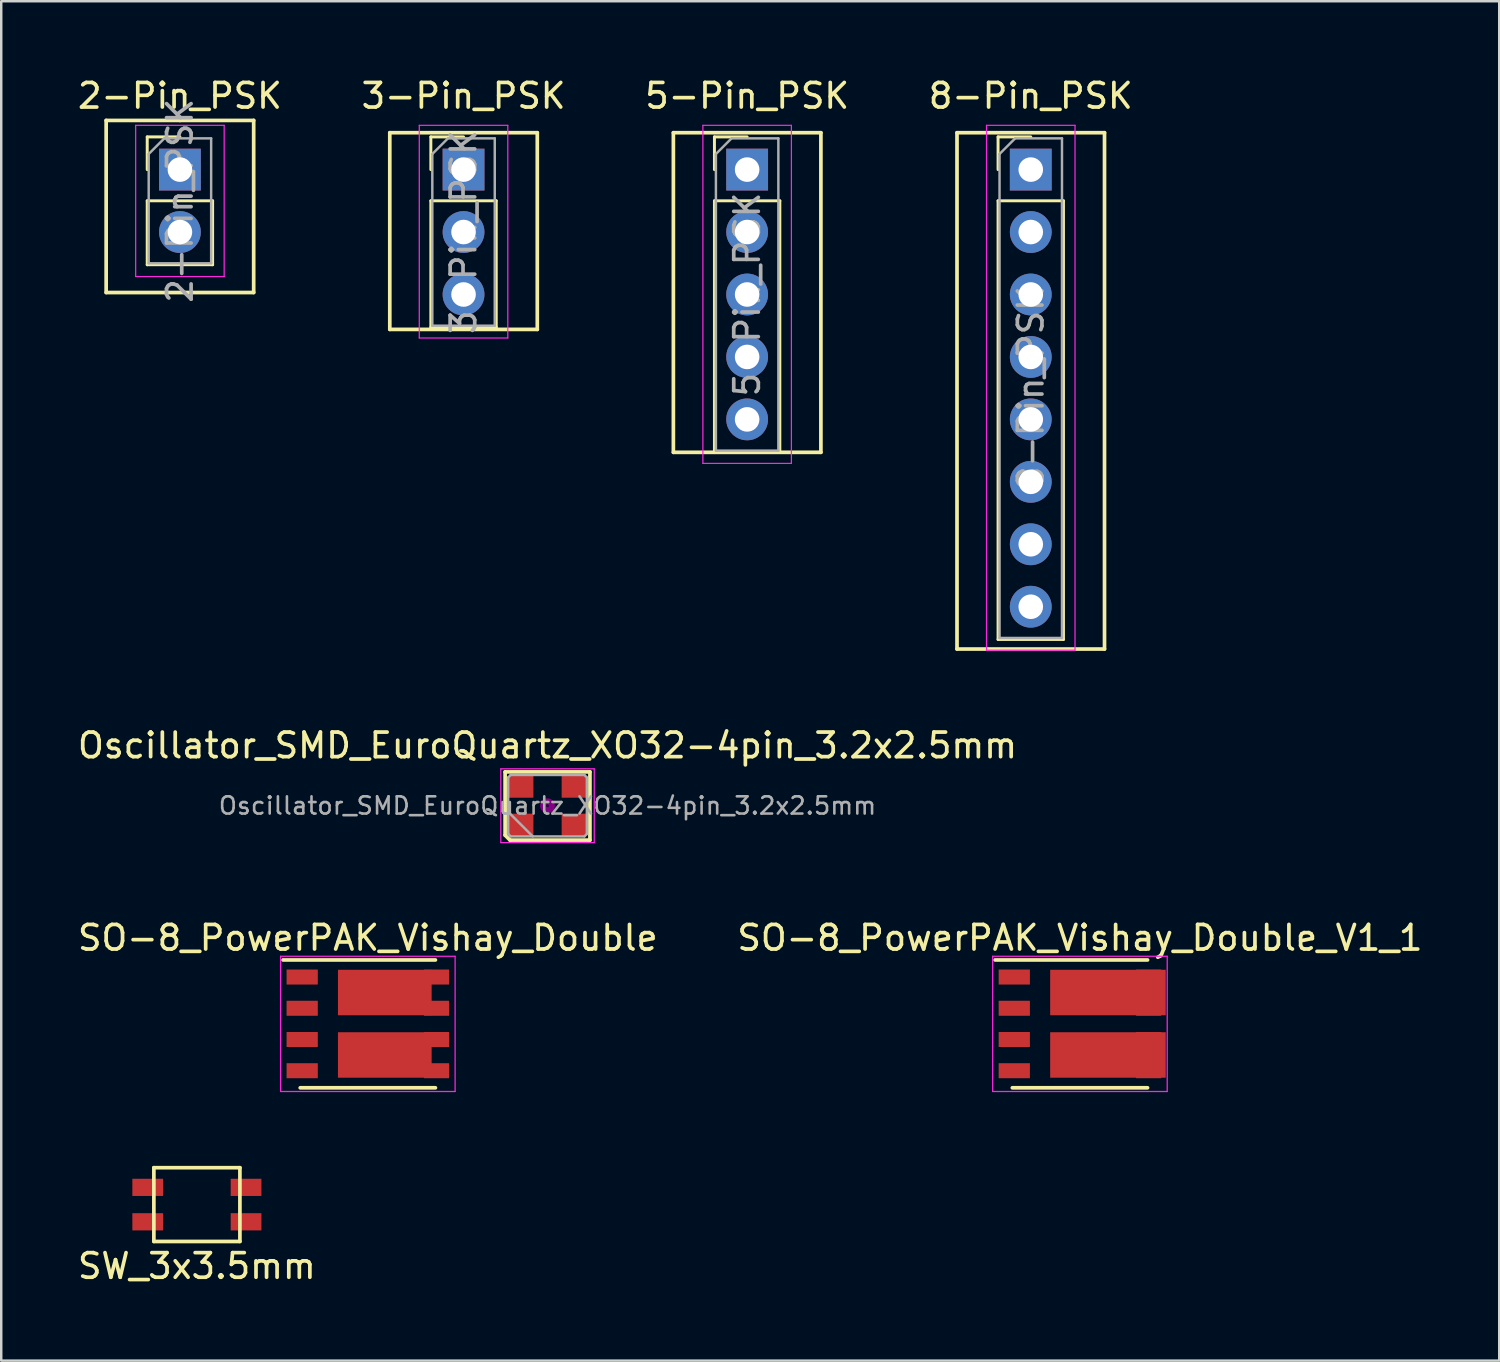
<source format=kicad_pcb>
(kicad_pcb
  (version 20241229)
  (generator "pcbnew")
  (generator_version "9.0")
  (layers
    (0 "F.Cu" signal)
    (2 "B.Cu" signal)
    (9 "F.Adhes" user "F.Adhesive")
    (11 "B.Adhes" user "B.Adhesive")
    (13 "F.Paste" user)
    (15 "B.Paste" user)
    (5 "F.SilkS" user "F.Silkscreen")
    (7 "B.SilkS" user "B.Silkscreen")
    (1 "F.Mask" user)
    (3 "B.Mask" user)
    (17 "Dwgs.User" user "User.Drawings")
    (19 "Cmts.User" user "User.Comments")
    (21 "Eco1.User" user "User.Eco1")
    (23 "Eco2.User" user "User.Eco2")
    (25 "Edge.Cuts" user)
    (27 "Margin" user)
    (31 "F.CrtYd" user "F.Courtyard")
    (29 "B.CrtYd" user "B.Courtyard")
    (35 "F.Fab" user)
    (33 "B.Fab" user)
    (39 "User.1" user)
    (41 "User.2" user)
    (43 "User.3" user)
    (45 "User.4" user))
  (footprint "5-Pin_PSK"
    (layer "F.Cu")
    (at 27.339 3.848)
    (property "Reference" "5-Pin_PSK" (at 0 -3 0) (layer "F.SilkS") (effects (font (size 1 1) (thickness 0.15))))
    (attr through_hole)
    (fp_line (start -3 -1.5) (end -3 11.5) (stroke (width 0.15) (type solid)) (layer "F.SilkS"))
    (fp_line (start -3 11.5) (end 3 11.5) (stroke (width 0.15) (type solid)) (layer "F.SilkS"))
    (fp_line (start -1.33 -1.33) (end 0 -1.33) (stroke (width 0.12) (type solid)) (layer "F.SilkS"))
    (fp_line (start -1.33 0) (end -1.33 -1.33) (stroke (width 0.12) (type solid)) (layer "F.SilkS"))
    (fp_line (start -1.33 1.27) (end -1.33 11.49) (stroke (width 0.12) (type solid)) (layer "F.SilkS"))
    (fp_line (start -1.33 1.27) (end 1.33 1.27) (stroke (width 0.12) (type solid)) (layer "F.SilkS"))
    (fp_line (start -1.33 11.49) (end 1.33 11.49) (stroke (width 0.12) (type solid)) (layer "F.SilkS"))
    (fp_line (start 1.33 1.27) (end 1.33 11.49) (stroke (width 0.12) (type solid)) (layer "F.SilkS"))
    (fp_line (start 3 -1.5) (end -3 -1.5) (stroke (width 0.15) (type solid)) (layer "F.SilkS"))
    (fp_line (start 3 11.5) (end 3 -1.5) (stroke (width 0.15) (type solid)) (layer "F.SilkS"))
    (fp_line (start -1.8 -1.8) (end -1.8 11.95) (stroke (width 0.05) (type solid)) (layer "F.CrtYd"))
    (fp_line (start -1.8 11.95) (end 1.8 11.95) (stroke (width 0.05) (type solid)) (layer "F.CrtYd"))
    (fp_line (start 1.8 -1.8) (end -1.8 -1.8) (stroke (width 0.05) (type solid)) (layer "F.CrtYd"))
    (fp_line (start 1.8 11.95) (end 1.8 -1.8) (stroke (width 0.05) (type solid)) (layer "F.CrtYd"))
    (fp_line (start -1.27 -0.635) (end -0.635 -1.27) (stroke (width 0.1) (type solid)) (layer "F.Fab"))
    (fp_line (start -1.27 11.43) (end -1.27 -0.635) (stroke (width 0.1) (type solid)) (layer "F.Fab"))
    (fp_line (start -0.635 -1.27) (end 1.27 -1.27) (stroke (width 0.1) (type solid)) (layer "F.Fab"))
    (fp_line (start 1.27 -1.27) (end 1.27 11.43) (stroke (width 0.1) (type solid)) (layer "F.Fab"))
    (fp_line (start 1.27 11.43) (end -1.27 11.43) (stroke (width 0.1) (type solid)) (layer "F.Fab"))
    (fp_text user "${REFERENCE}" (at 0 5.08 90) (layer "F.Fab") (effects (font (size 1 1) (thickness 0.15))))
    (pad "1" thru_hole rect (at 0 0) (size 1.7 1.7) (drill 1) (layers "*.Cu" "*.Mask"))
    (pad "2" thru_hole oval (at 0 2.54) (size 1.7 1.7) (drill 1) (layers "*.Cu" "*.Mask"))
    (pad "3" thru_hole oval (at 0 5.08) (size 1.7 1.7) (drill 1) (layers "*.Cu" "*.Mask"))
    (pad "4" thru_hole oval (at 0 7.62) (size 1.7 1.7) (drill 1) (layers "*.Cu" "*.Mask"))
    (pad "5" thru_hole oval (at 0 10.16) (size 1.7 1.7) (drill 1) (layers "*.Cu" "*.Mask")))
  (footprint "SO-8_PowerPAK_Vishay_Double"
    (layer "F.Cu")
    (at 11.911 38.595)
    (property "Reference" "SO-8_PowerPAK_Vishay_Double" (at 0 -3.5 0) (layer "F.SilkS") (effects (font (size 1 1) (thickness 0.15))))
    (attr smd)
    (fp_line (start -3.45 -2.6) (end 2.75 -2.6) (stroke (width 0.15) (type solid)) (layer "F.SilkS"))
    (fp_line (start -2.75 2.6) (end 2.75 2.6) (stroke (width 0.15) (type solid)) (layer "F.SilkS"))
    (fp_line (start -3.55 -2.75) (end -3.55 2.75) (stroke (width 0.05) (type solid)) (layer "F.CrtYd"))
    (fp_line (start -3.55 -2.75) (end 3.55 -2.75) (stroke (width 0.05) (type solid)) (layer "F.CrtYd"))
    (fp_line (start -3.55 2.75) (end 3.55 2.75) (stroke (width 0.05) (type solid)) (layer "F.CrtYd"))
    (fp_line (start 3.55 -2.75) (end 3.55 2.75) (stroke (width 0.05) (type solid)) (layer "F.CrtYd"))
    (pad "1" smd rect (at -2.67 -1.905) (size 1.27 0.61) (layers "F.Cu" "F.Mask" "F.Paste"))
    (pad "2" smd rect (at -2.67 -0.635) (size 1.27 0.61) (layers "F.Cu" "F.Mask" "F.Paste"))
    (pad "3" smd rect (at -2.67 0.635) (size 1.27 0.61) (layers "F.Cu" "F.Mask" "F.Paste"))
    (pad "4" smd rect (at -2.67 1.905) (size 1.27 0.61) (layers "F.Cu" "F.Mask" "F.Paste"))
    (pad "5" smd rect (at 0.69 1.265) (size 3.81 1.85) (layers "F.Cu" "F.Mask" "F.Paste"))
    (pad "5" smd rect (at 2.795 0.635) (size 1.02 0.61) (layers "F.Cu" "F.Mask" "F.Paste"))
    (pad "6" smd rect (at 2.795 1.905) (size 1.02 0.61) (layers "F.Cu" "F.Mask" "F.Paste"))
    (pad "7" smd rect (at 2.795 -0.635) (size 1.02 0.61) (layers "F.Cu" "F.Mask" "F.Paste"))
    (pad "8" smd rect (at 0.69 -1.275) (size 3.81 1.85) (layers "F.Cu" "F.Mask" "F.Paste"))
    (pad "8" smd rect (at 2.795 -1.905) (size 1.02 0.61) (layers "F.Cu" "F.Mask" "F.Paste")))
  (footprint "3-Pin_PSK"
    (layer "F.Cu")
    (at 15.804 3.848)
    (property "Reference" "3-Pin_PSK" (at 0 -3 0) (layer "F.SilkS") (effects (font (size 1 1) (thickness 0.15))))
    (attr through_hole)
    (fp_line (start -3 -1.5) (end -3 6.5) (stroke (width 0.15) (type solid)) (layer "F.SilkS"))
    (fp_line (start -3 -1.5) (end 3 -1.5) (stroke (width 0.15) (type solid)) (layer "F.SilkS"))
    (fp_line (start -1.33 -1.33) (end 0 -1.33) (stroke (width 0.12) (type solid)) (layer "F.SilkS"))
    (fp_line (start -1.33 0) (end -1.33 -1.33) (stroke (width 0.12) (type solid)) (layer "F.SilkS"))
    (fp_line (start -1.33 1.27) (end -1.33 6.41) (stroke (width 0.12) (type solid)) (layer "F.SilkS"))
    (fp_line (start -1.33 1.27) (end 1.33 1.27) (stroke (width 0.12) (type solid)) (layer "F.SilkS"))
    (fp_line (start -1.33 6.41) (end 1.33 6.41) (stroke (width 0.12) (type solid)) (layer "F.SilkS"))
    (fp_line (start 1.33 1.27) (end 1.33 6.41) (stroke (width 0.12) (type solid)) (layer "F.SilkS"))
    (fp_line (start 3 -1.5) (end 3 6.5) (stroke (width 0.15) (type solid)) (layer "F.SilkS"))
    (fp_line (start 3 6.5) (end -3 6.5) (stroke (width 0.15) (type solid)) (layer "F.SilkS"))
    (fp_line (start -1.8 -1.8) (end -1.8 6.85) (stroke (width 0.05) (type solid)) (layer "F.CrtYd"))
    (fp_line (start -1.8 6.85) (end 1.8 6.85) (stroke (width 0.05) (type solid)) (layer "F.CrtYd"))
    (fp_line (start 1.8 -1.8) (end -1.8 -1.8) (stroke (width 0.05) (type solid)) (layer "F.CrtYd"))
    (fp_line (start 1.8 6.85) (end 1.8 -1.8) (stroke (width 0.05) (type solid)) (layer "F.CrtYd"))
    (fp_line (start -1.27 -0.635) (end -0.635 -1.27) (stroke (width 0.1) (type solid)) (layer "F.Fab"))
    (fp_line (start -1.27 6.35) (end -1.27 -0.635) (stroke (width 0.1) (type solid)) (layer "F.Fab"))
    (fp_line (start -0.635 -1.27) (end 1.27 -1.27) (stroke (width 0.1) (type solid)) (layer "F.Fab"))
    (fp_line (start 1.27 -1.27) (end 1.27 6.35) (stroke (width 0.1) (type solid)) (layer "F.Fab"))
    (fp_line (start 1.27 6.35) (end -1.27 6.35) (stroke (width 0.1) (type solid)) (layer "F.Fab"))
    (fp_text user "${REFERENCE}" (at 0 2.54 90) (layer "F.Fab") (effects (font (size 1 1) (thickness 0.15))))
    (pad "1" thru_hole rect (at 0 0) (size 1.7 1.7) (drill 1) (layers "*.Cu" "*.Mask"))
    (pad "2" thru_hole oval (at 0 2.54) (size 1.7 1.7) (drill 1) (layers "*.Cu" "*.Mask"))
    (pad "3" thru_hole oval (at 0 5.08) (size 1.7 1.7) (drill 1) (layers "*.Cu" "*.Mask")))
  (footprint "8-Pin_PSK"
    (layer "F.Cu")
    (at 38.875 3.848)
    (property "Reference" "8-Pin_PSK" (at 0 -3 0) (layer "F.SilkS") (effects (font (size 1 1) (thickness 0.15))))
    (attr through_hole)
    (fp_line (start -3 -1.5) (end -3 19.5) (stroke (width 0.15) (type solid)) (layer "F.SilkS"))
    (fp_line (start -3 19.5) (end 3 19.5) (stroke (width 0.15) (type solid)) (layer "F.SilkS"))
    (fp_line (start -1.33 -1.33) (end 0 -1.33) (stroke (width 0.12) (type solid)) (layer "F.SilkS"))
    (fp_line (start -1.33 0) (end -1.33 -1.33) (stroke (width 0.12) (type solid)) (layer "F.SilkS"))
    (fp_line (start -1.33 1.27) (end -1.33 19.11) (stroke (width 0.12) (type solid)) (layer "F.SilkS"))
    (fp_line (start -1.33 1.27) (end 1.33 1.27) (stroke (width 0.12) (type solid)) (layer "F.SilkS"))
    (fp_line (start -1.33 19.11) (end 1.33 19.11) (stroke (width 0.12) (type solid)) (layer "F.SilkS"))
    (fp_line (start 1.33 1.27) (end 1.33 19.11) (stroke (width 0.12) (type solid)) (layer "F.SilkS"))
    (fp_line (start 3 -1.5) (end -3 -1.5) (stroke (width 0.15) (type solid)) (layer "F.SilkS"))
    (fp_line (start 3 19.5) (end 3 -1.5) (stroke (width 0.15) (type solid)) (layer "F.SilkS"))
    (fp_line (start -1.8 -1.8) (end -1.8 19.55) (stroke (width 0.05) (type solid)) (layer "F.CrtYd"))
    (fp_line (start -1.8 19.55) (end 1.8 19.55) (stroke (width 0.05) (type solid)) (layer "F.CrtYd"))
    (fp_line (start 1.8 -1.8) (end -1.8 -1.8) (stroke (width 0.05) (type solid)) (layer "F.CrtYd"))
    (fp_line (start 1.8 19.55) (end 1.8 -1.8) (stroke (width 0.05) (type solid)) (layer "F.CrtYd"))
    (fp_line (start -1.27 -0.635) (end -0.635 -1.27) (stroke (width 0.1) (type solid)) (layer "F.Fab"))
    (fp_line (start -1.27 19.05) (end -1.27 -0.635) (stroke (width 0.1) (type solid)) (layer "F.Fab"))
    (fp_line (start -0.635 -1.27) (end 1.27 -1.27) (stroke (width 0.1) (type solid)) (layer "F.Fab"))
    (fp_line (start 1.27 -1.27) (end 1.27 19.05) (stroke (width 0.1) (type solid)) (layer "F.Fab"))
    (fp_line (start 1.27 19.05) (end -1.27 19.05) (stroke (width 0.1) (type solid)) (layer "F.Fab"))
    (fp_text user "${REFERENCE}" (at 0 8.89 90) (layer "F.Fab") (effects (font (size 1 1) (thickness 0.15))))
    (pad "1" thru_hole rect (at 0 0) (size 1.7 1.7) (drill 1) (layers "*.Cu" "*.Mask"))
    (pad "2" thru_hole oval (at 0 2.54) (size 1.7 1.7) (drill 1) (layers "*.Cu" "*.Mask"))
    (pad "3" thru_hole oval (at 0 5.08) (size 1.7 1.7) (drill 1) (layers "*.Cu" "*.Mask"))
    (pad "4" thru_hole oval (at 0 7.62) (size 1.7 1.7) (drill 1) (layers "*.Cu" "*.Mask"))
    (pad "5" thru_hole oval (at 0 10.16) (size 1.7 1.7) (drill 1) (layers "*.Cu" "*.Mask"))
    (pad "6" thru_hole oval (at 0 12.7) (size 1.7 1.7) (drill 1) (layers "*.Cu" "*.Mask"))
    (pad "7" thru_hole oval (at 0 15.24) (size 1.7 1.7) (drill 1) (layers "*.Cu" "*.Mask"))
    (pad "8" thru_hole oval (at 0 17.78) (size 1.7 1.7) (drill 1) (layers "*.Cu" "*.Mask")))
  (footprint "Oscillator_SMD_EuroQuartz_XO32-4pin_3.2x2.5mm"
    (layer "F.Cu")
    (at 19.22 29.721)
    (property "Reference" "Oscillator_SMD_EuroQuartz_XO32-4pin_3.2x2.5mm" (at 0 -2.45 0) (layer "F.SilkS") (effects (font (size 1 1) (thickness 0.15))))
    (attr smd)
    (fp_line (start -1.725 -1.375) (end -1.725 1.2) (stroke (width 0.15) (type solid)) (layer "F.SilkS"))
    (fp_line (start -1.725 1.2) (end -1.525 1.4) (stroke (width 0.15) (type solid)) (layer "F.SilkS"))
    (fp_line (start -1.525 1.4) (end 1.725 1.4) (stroke (width 0.15) (type solid)) (layer "F.SilkS"))
    (fp_line (start 1.725 -1.375) (end -1.725 -1.375) (stroke (width 0.15) (type solid)) (layer "F.SilkS"))
    (fp_line (start 1.725 1.4) (end 1.725 -1.375) (stroke (width 0.15) (type solid)) (layer "F.SilkS"))
    (fp_circle (center 0 0) (end 0.058 0) (stroke (width 0.117) (type solid)) (fill no) (layer "F.Adhes"))
    (fp_circle (center 0 0) (end 0.133 0) (stroke (width 0.083) (type solid)) (fill no) (layer "F.Adhes"))
    (fp_circle (center 0 0) (end 0.208 0) (stroke (width 0.083) (type solid)) (fill no) (layer "F.Adhes"))
    (fp_circle (center 0 0) (end 0.25 0) (stroke (width 0.1) (type solid)) (fill no) (layer "F.Adhes"))
    (fp_line (start -1.9 -1.5) (end -1.9 1.5) (stroke (width 0.05) (type solid)) (layer "F.CrtYd"))
    (fp_line (start -1.9 1.5) (end 1.9 1.5) (stroke (width 0.05) (type solid)) (layer "F.CrtYd"))
    (fp_line (start 1.9 -1.5) (end -1.9 -1.5) (stroke (width 0.05) (type solid)) (layer "F.CrtYd"))
    (fp_line (start 1.9 1.5) (end 1.9 -1.5) (stroke (width 0.05) (type solid)) (layer "F.CrtYd"))
    (fp_line (start -1.6 -1.15) (end -1.5 -1.25) (stroke (width 0.1) (type solid)) (layer "F.Fab"))
    (fp_line (start -1.6 0.25) (end -0.6 1.25) (stroke (width 0.1) (type solid)) (layer "F.Fab"))
    (fp_line (start -1.6 1.15) (end -1.6 -1.15) (stroke (width 0.1) (type solid)) (layer "F.Fab"))
    (fp_line (start -1.5 -1.25) (end 1.5 -1.25) (stroke (width 0.1) (type solid)) (layer "F.Fab"))
    (fp_line (start -1.5 1.25) (end -1.6 1.15) (stroke (width 0.1) (type solid)) (layer "F.Fab"))
    (fp_line (start 1.5 -1.25) (end 1.6 -1.15) (stroke (width 0.1) (type solid)) (layer "F.Fab"))
    (fp_line (start 1.5 1.25) (end -1.5 1.25) (stroke (width 0.1) (type solid)) (layer "F.Fab"))
    (fp_line (start 1.6 -1.15) (end 1.6 1.15) (stroke (width 0.1) (type solid)) (layer "F.Fab"))
    (fp_line (start 1.6 1.15) (end 1.5 1.25) (stroke (width 0.1) (type solid)) (layer "F.Fab"))
    (fp_text user "${REFERENCE}" (at 0 0 0) (layer "F.Fab") (effects (font (size 0.7 0.7) (thickness 0.105))))
    (pad "1" smd rect (at -1.075 0.775) (size 1 0.9) (layers "F.Cu" "F.Mask" "F.Paste"))
    (pad "2" smd rect (at 1.075 0.775) (size 1 0.9) (layers "F.Cu" "F.Mask" "F.Paste"))
    (pad "3" smd rect (at 1.075 -0.775) (size 1 0.9) (layers "F.Cu" "F.Mask" "F.Paste"))
    (pad "4" smd rect (at -1.075 -0.775) (size 1 0.9) (layers "F.Cu" "F.Mask" "F.Paste")))
  (footprint "SW_3x3.5mm"
    (layer "F.Cu")
    (at 4.958 45.945)
    (property "Reference" "SW_3x3.5mm" (at 0 2.5 0) (layer "F.SilkS") (effects (font (size 1 1) (thickness 0.15))))
    (attr through_hole)
    (fp_line (start -1.75 -1.5) (end 1.75 -1.5) (stroke (width 0.15) (type solid)) (layer "F.SilkS"))
    (fp_line (start -1.75 1.5) (end -1.75 -1.5) (stroke (width 0.15) (type solid)) (layer "F.SilkS"))
    (fp_line (start 1.75 -1.5) (end 1.75 1.5) (stroke (width 0.15) (type solid)) (layer "F.SilkS"))
    (fp_line (start 1.75 1.5) (end -1.75 1.5) (stroke (width 0.15) (type solid)) (layer "F.SilkS"))
    (pad "1" smd rect (at -2 -0.7) (size 1.25 0.7) (layers "F.Cu" "F.Mask" "F.Paste"))
    (pad "1" smd rect (at 2 -0.7) (size 1.25 0.7) (layers "F.Cu" "F.Mask" "F.Paste"))
    (pad "2" smd rect (at -2 0.7) (size 1.25 0.7) (layers "F.Cu" "F.Mask" "F.Paste"))
    (pad "2" smd rect (at 2 0.7) (size 1.25 0.7) (layers "F.Cu" "F.Mask" "F.Paste")))
  (footprint "SO-8_PowerPAK_Vishay_Double_V1_1"
    (layer "F.Cu")
    (at 40.875 38.595)
    (property "Reference" "SO-8_PowerPAK_Vishay_Double_V1_1" (at 0 -3.5 0) (layer "F.SilkS") (effects (font (size 1 1) (thickness 0.15))))
    (attr smd)
    (fp_line (start -3.45 -2.6) (end 2.75 -2.6) (stroke (width 0.15) (type solid)) (layer "F.SilkS"))
    (fp_line (start -2.75 2.6) (end 2.75 2.6) (stroke (width 0.15) (type solid)) (layer "F.SilkS"))
    (fp_line (start -3.55 -2.75) (end -3.55 2.75) (stroke (width 0.05) (type solid)) (layer "F.CrtYd"))
    (fp_line (start -3.55 -2.75) (end 3.55 -2.75) (stroke (width 0.05) (type solid)) (layer "F.CrtYd"))
    (fp_line (start -3.55 2.75) (end 3.55 2.75) (stroke (width 0.05) (type solid)) (layer "F.CrtYd"))
    (fp_line (start 3.55 -2.75) (end 3.55 2.75) (stroke (width 0.05) (type solid)) (layer "F.CrtYd"))
    (pad "1" smd rect (at -2.67 -1.905) (size 1.27 0.61) (layers "F.Cu" "F.Mask" "F.Paste"))
    (pad "2" smd rect (at -2.67 -0.635) (size 1.27 0.61) (layers "F.Cu" "F.Mask" "F.Paste"))
    (pad "3" smd rect (at -2.67 0.635) (size 1.27 0.61) (layers "F.Cu" "F.Mask" "F.Paste"))
    (pad "4" smd rect (at -2.67 1.905) (size 1.27 0.61) (layers "F.Cu" "F.Mask" "F.Paste"))
    (pad "5" smd rect (at 1.14 1.265) (size 4.7 1.85) (layers "F.Cu" "F.Mask" "F.Paste"))
    (pad "5" smd rect (at 2.795 0.635) (size 1.02 0.61) (layers "F.Cu" "F.Mask" "F.Paste"))
    (pad "6" smd rect (at 2.795 1.905) (size 1.02 0.61) (layers "F.Cu" "F.Mask" "F.Paste"))
    (pad "7" smd rect (at 2.795 -0.635) (size 1.02 0.61) (layers "F.Cu" "F.Mask" "F.Paste"))
    (pad "8" smd rect (at 1.14 -1.275) (size 4.7 1.85) (layers "F.Cu" "F.Mask" "F.Paste"))
    (pad "8" smd rect (at 2.795 -1.905) (size 1.02 0.61) (layers "F.Cu" "F.Mask" "F.Paste")))
  (footprint "2-Pin_PSK"
    (layer "F.Cu")
    (at 4.268 3.848)
    (property "Reference" "2-Pin_PSK" (at 0 -3 0) (layer "F.SilkS") (effects (font (size 1 1) (thickness 0.15))))
    (attr through_hole)
    (fp_line (start -3 -2) (end 0 -2) (stroke (width 0.15) (type solid)) (layer "F.SilkS"))
    (fp_line (start -3 5) (end -3 -2) (stroke (width 0.15) (type solid)) (layer "F.SilkS"))
    (fp_line (start -1.33 -1.33) (end 0 -1.33) (stroke (width 0.12) (type solid)) (layer "F.SilkS"))
    (fp_line (start -1.33 0) (end -1.33 -1.33) (stroke (width 0.12) (type solid)) (layer "F.SilkS"))
    (fp_line (start -1.33 1.27) (end -1.33 3.87) (stroke (width 0.12) (type solid)) (layer "F.SilkS"))
    (fp_line (start -1.33 1.27) (end 1.33 1.27) (stroke (width 0.12) (type solid)) (layer "F.SilkS"))
    (fp_line (start -1.33 3.87) (end 1.33 3.87) (stroke (width 0.12) (type solid)) (layer "F.SilkS"))
    (fp_line (start 0 -2) (end 3 -2) (stroke (width 0.15) (type solid)) (layer "F.SilkS"))
    (fp_line (start 1.33 1.27) (end 1.33 3.87) (stroke (width 0.12) (type solid)) (layer "F.SilkS"))
    (fp_line (start 3 -2) (end 3 5) (stroke (width 0.15) (type solid)) (layer "F.SilkS"))
    (fp_line (start 3 5) (end -3 5) (stroke (width 0.15) (type solid)) (layer "F.SilkS"))
    (fp_line (start -1.8 -1.8) (end -1.8 4.35) (stroke (width 0.05) (type solid)) (layer "F.CrtYd"))
    (fp_line (start -1.8 4.35) (end 1.8 4.35) (stroke (width 0.05) (type solid)) (layer "F.CrtYd"))
    (fp_line (start 1.8 -1.8) (end -1.8 -1.8) (stroke (width 0.05) (type solid)) (layer "F.CrtYd"))
    (fp_line (start 1.8 4.35) (end 1.8 -1.8) (stroke (width 0.05) (type solid)) (layer "F.CrtYd"))
    (fp_line (start -1.27 -0.635) (end -0.635 -1.27) (stroke (width 0.1) (type solid)) (layer "F.Fab"))
    (fp_line (start -1.27 3.81) (end -1.27 -0.635) (stroke (width 0.1) (type solid)) (layer "F.Fab"))
    (fp_line (start -0.635 -1.27) (end 1.27 -1.27) (stroke (width 0.1) (type solid)) (layer "F.Fab"))
    (fp_line (start 1.27 -1.27) (end 1.27 3.81) (stroke (width 0.1) (type solid)) (layer "F.Fab"))
    (fp_line (start 1.27 3.81) (end -1.27 3.81) (stroke (width 0.1) (type solid)) (layer "F.Fab"))
    (fp_text user "${REFERENCE}" (at 0 1.27 90) (layer "F.Fab") (effects (font (size 1 1) (thickness 0.15))))
    (pad "1" thru_hole rect (at 0 0) (size 1.7 1.7) (drill 1) (layers "*.Cu" "*.Mask"))
    (pad "2" thru_hole oval (at 0 2.54) (size 1.7 1.7) (drill 1) (layers "*.Cu" "*.Mask")))
  (gr_rect
    (start -3 -3)
    (end 57.929 52.293)
    (stroke (width 0.1) (type default))
    (fill no)
    (layer "Edge.Cuts")))
</source>
